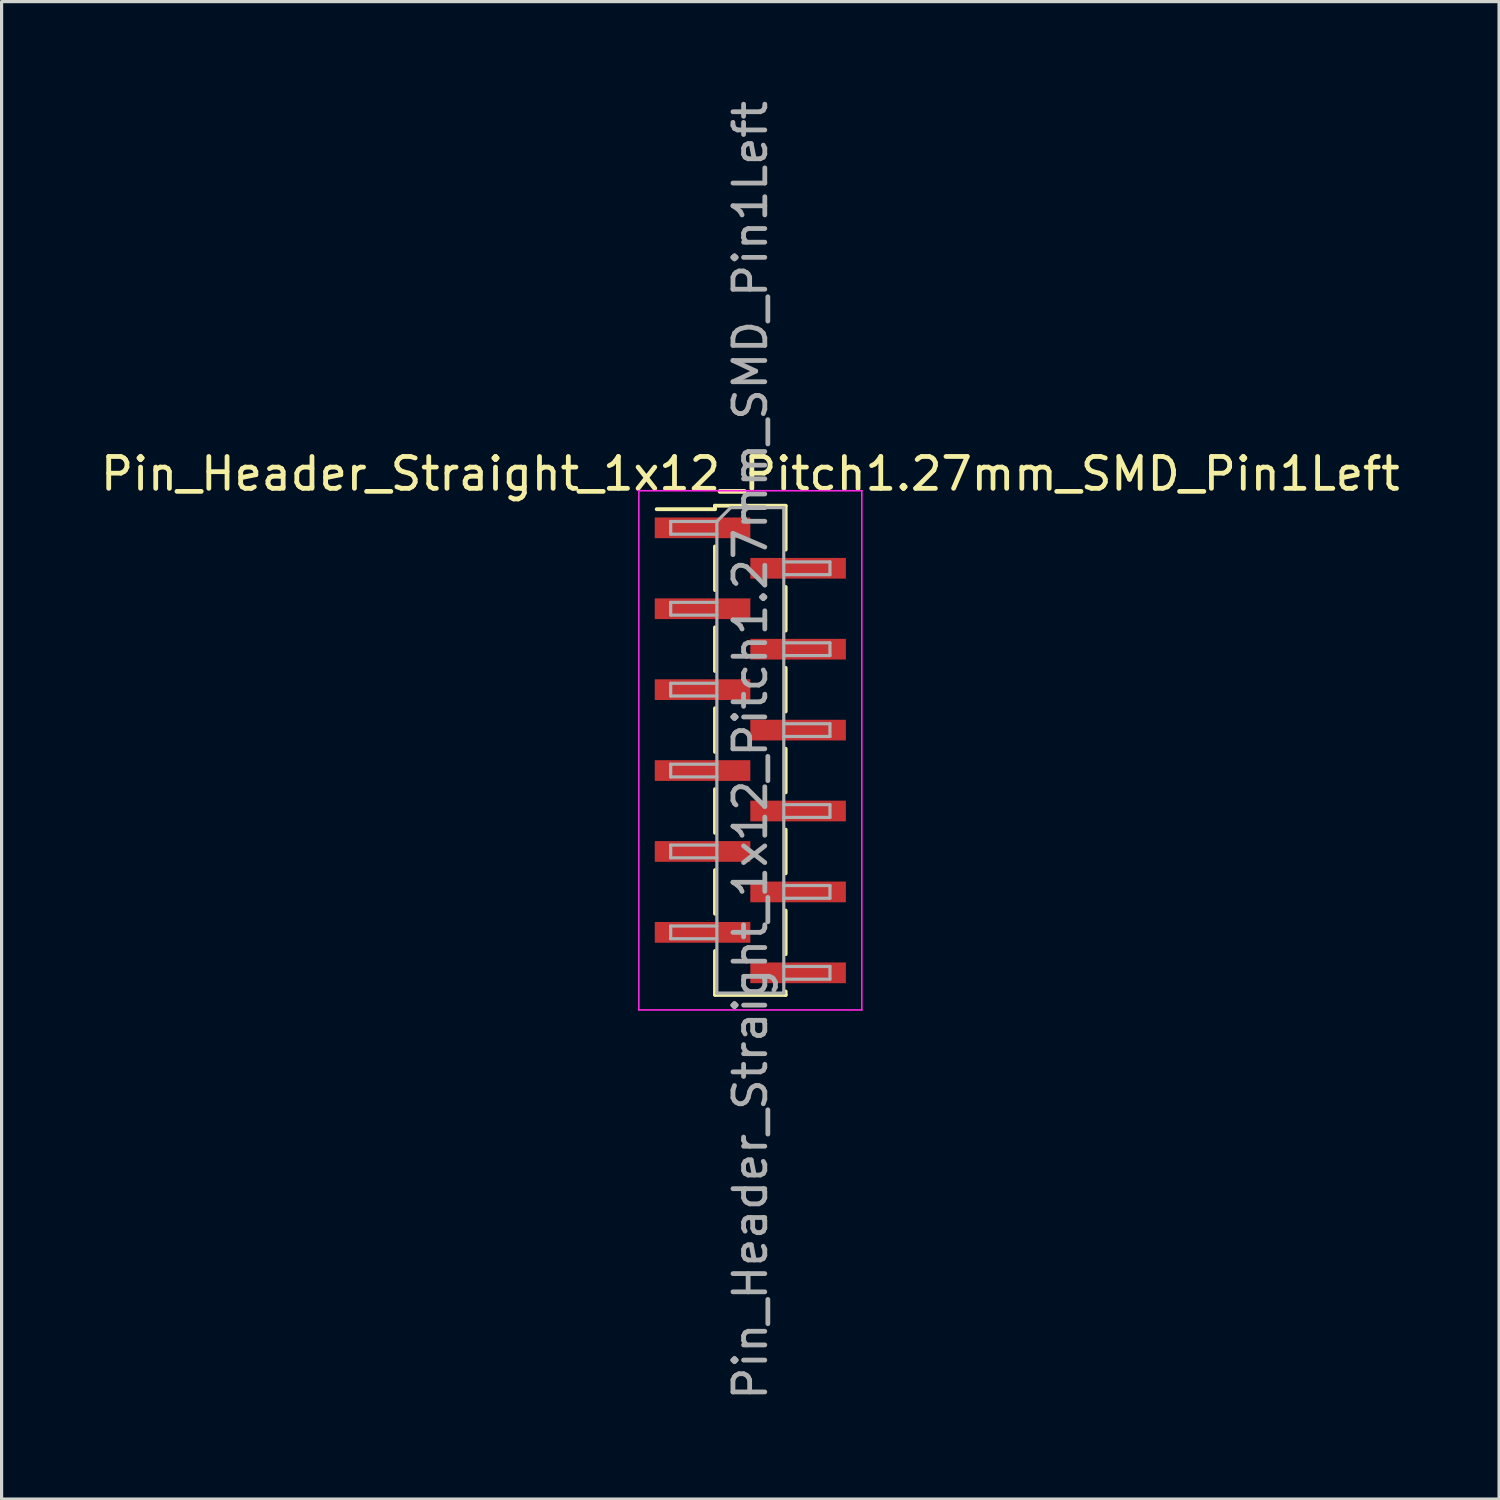
<source format=kicad_pcb>
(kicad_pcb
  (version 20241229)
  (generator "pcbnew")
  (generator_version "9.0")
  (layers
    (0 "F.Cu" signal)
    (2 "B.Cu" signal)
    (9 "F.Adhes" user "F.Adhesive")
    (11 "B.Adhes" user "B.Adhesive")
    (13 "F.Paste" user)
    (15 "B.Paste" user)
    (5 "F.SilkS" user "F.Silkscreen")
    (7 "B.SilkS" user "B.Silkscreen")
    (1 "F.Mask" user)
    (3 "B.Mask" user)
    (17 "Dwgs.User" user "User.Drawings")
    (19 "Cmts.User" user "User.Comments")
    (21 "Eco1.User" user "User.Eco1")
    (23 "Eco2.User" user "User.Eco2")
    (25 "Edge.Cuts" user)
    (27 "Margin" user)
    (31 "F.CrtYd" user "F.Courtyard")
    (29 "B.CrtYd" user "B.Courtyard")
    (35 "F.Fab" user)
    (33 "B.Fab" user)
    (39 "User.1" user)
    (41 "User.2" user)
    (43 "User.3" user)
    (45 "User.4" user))
  (footprint "Pin_Header_Straight_1x12_Pitch1.27mm_SMD_Pin1Left"
    (layer "F.Cu")
    (at 20.506 20.506)
    (property "Reference" "Pin_Header_Straight_1x12_Pitch1.27mm_SMD_Pin1Left" (at 0 -8.68 0) (layer "F.SilkS") (effects (font (size 1 1) (thickness 0.15))))
    (attr smd)
    (fp_line (start -1.11 -7.68) (end -1.11 -7.57) (stroke (width 0.12) (type solid)) (layer "F.SilkS"))
    (fp_line (start -1.11 -7.68) (end 1.11 -7.68) (stroke (width 0.12) (type solid)) (layer "F.SilkS"))
    (fp_line (start -1.11 -7.57) (end -2.94 -7.57) (stroke (width 0.12) (type solid)) (layer "F.SilkS"))
    (fp_line (start -1.11 -6.4) (end -1.11 -5.03) (stroke (width 0.12) (type solid)) (layer "F.SilkS"))
    (fp_line (start -1.11 -3.86) (end -1.11 -2.49) (stroke (width 0.12) (type solid)) (layer "F.SilkS"))
    (fp_line (start -1.11 -1.32) (end -1.11 0.05) (stroke (width 0.12) (type solid)) (layer "F.SilkS"))
    (fp_line (start -1.11 1.22) (end -1.11 2.59) (stroke (width 0.12) (type solid)) (layer "F.SilkS"))
    (fp_line (start -1.11 3.76) (end -1.11 5.13) (stroke (width 0.12) (type solid)) (layer "F.SilkS"))
    (fp_line (start -1.11 6.3) (end -1.11 7.67) (stroke (width 0.12) (type solid)) (layer "F.SilkS"))
    (fp_line (start -1.11 7.68) (end 1.11 7.68) (stroke (width 0.12) (type solid)) (layer "F.SilkS"))
    (fp_line (start 1.11 -7.67) (end 1.11 -6.3) (stroke (width 0.12) (type solid)) (layer "F.SilkS"))
    (fp_line (start 1.11 -5.13) (end 1.11 -3.76) (stroke (width 0.12) (type solid)) (layer "F.SilkS"))
    (fp_line (start 1.11 -2.59) (end 1.11 -1.22) (stroke (width 0.12) (type solid)) (layer "F.SilkS"))
    (fp_line (start 1.11 -0.05) (end 1.11 1.32) (stroke (width 0.12) (type solid)) (layer "F.SilkS"))
    (fp_line (start 1.11 2.49) (end 1.11 3.86) (stroke (width 0.12) (type solid)) (layer "F.SilkS"))
    (fp_line (start 1.11 5.03) (end 1.11 6.4) (stroke (width 0.12) (type solid)) (layer "F.SilkS"))
    (fp_line (start 1.11 7.57) (end 1.11 7.68) (stroke (width 0.12) (type solid)) (layer "F.SilkS"))
    (fp_line (start -3.5 -8.15) (end -3.5 8.15) (stroke (width 0.05) (type solid)) (layer "F.CrtYd"))
    (fp_line (start -3.5 8.15) (end 3.5 8.15) (stroke (width 0.05) (type solid)) (layer "F.CrtYd"))
    (fp_line (start 3.5 -8.15) (end -3.5 -8.15) (stroke (width 0.05) (type solid)) (layer "F.CrtYd"))
    (fp_line (start 3.5 8.15) (end 3.5 -8.15) (stroke (width 0.05) (type solid)) (layer "F.CrtYd"))
    (fp_line (start -2.5 -7.185) (end -2.5 -6.785) (stroke (width 0.1) (type solid)) (layer "F.Fab"))
    (fp_line (start -2.5 -6.785) (end -1.05 -6.785) (stroke (width 0.1) (type solid)) (layer "F.Fab"))
    (fp_line (start -2.5 -4.645) (end -2.5 -4.245) (stroke (width 0.1) (type solid)) (layer "F.Fab"))
    (fp_line (start -2.5 -4.245) (end -1.05 -4.245) (stroke (width 0.1) (type solid)) (layer "F.Fab"))
    (fp_line (start -2.5 -2.105) (end -2.5 -1.705) (stroke (width 0.1) (type solid)) (layer "F.Fab"))
    (fp_line (start -2.5 -1.705) (end -1.05 -1.705) (stroke (width 0.1) (type solid)) (layer "F.Fab"))
    (fp_line (start -2.5 0.435) (end -2.5 0.835) (stroke (width 0.1) (type solid)) (layer "F.Fab"))
    (fp_line (start -2.5 0.835) (end -1.05 0.835) (stroke (width 0.1) (type solid)) (layer "F.Fab"))
    (fp_line (start -2.5 2.975) (end -2.5 3.375) (stroke (width 0.1) (type solid)) (layer "F.Fab"))
    (fp_line (start -2.5 3.375) (end -1.05 3.375) (stroke (width 0.1) (type solid)) (layer "F.Fab"))
    (fp_line (start -2.5 5.515) (end -2.5 5.915) (stroke (width 0.1) (type solid)) (layer "F.Fab"))
    (fp_line (start -2.5 5.915) (end -1.05 5.915) (stroke (width 0.1) (type solid)) (layer "F.Fab"))
    (fp_line (start -1.05 -7.185) (end -2.5 -7.185) (stroke (width 0.1) (type solid)) (layer "F.Fab"))
    (fp_line (start -1.05 -7.185) (end -0.615 -7.62) (stroke (width 0.1) (type solid)) (layer "F.Fab"))
    (fp_line (start -1.05 -4.645) (end -2.5 -4.645) (stroke (width 0.1) (type solid)) (layer "F.Fab"))
    (fp_line (start -1.05 -2.105) (end -2.5 -2.105) (stroke (width 0.1) (type solid)) (layer "F.Fab"))
    (fp_line (start -1.05 0.435) (end -2.5 0.435) (stroke (width 0.1) (type solid)) (layer "F.Fab"))
    (fp_line (start -1.05 2.975) (end -2.5 2.975) (stroke (width 0.1) (type solid)) (layer "F.Fab"))
    (fp_line (start -1.05 5.515) (end -2.5 5.515) (stroke (width 0.1) (type solid)) (layer "F.Fab"))
    (fp_line (start -1.05 7.62) (end -1.05 -7.185) (stroke (width 0.1) (type solid)) (layer "F.Fab"))
    (fp_line (start -0.615 -7.62) (end 1.05 -7.62) (stroke (width 0.1) (type solid)) (layer "F.Fab"))
    (fp_line (start 1.05 -7.62) (end 1.05 7.62) (stroke (width 0.1) (type solid)) (layer "F.Fab"))
    (fp_line (start 1.05 -5.915) (end 2.5 -5.915) (stroke (width 0.1) (type solid)) (layer "F.Fab"))
    (fp_line (start 1.05 -3.375) (end 2.5 -3.375) (stroke (width 0.1) (type solid)) (layer "F.Fab"))
    (fp_line (start 1.05 -0.835) (end 2.5 -0.835) (stroke (width 0.1) (type solid)) (layer "F.Fab"))
    (fp_line (start 1.05 1.705) (end 2.5 1.705) (stroke (width 0.1) (type solid)) (layer "F.Fab"))
    (fp_line (start 1.05 4.245) (end 2.5 4.245) (stroke (width 0.1) (type solid)) (layer "F.Fab"))
    (fp_line (start 1.05 6.785) (end 2.5 6.785) (stroke (width 0.1) (type solid)) (layer "F.Fab"))
    (fp_line (start 1.05 7.62) (end -1.05 7.62) (stroke (width 0.1) (type solid)) (layer "F.Fab"))
    (fp_line (start 2.5 -5.915) (end 2.5 -5.515) (stroke (width 0.1) (type solid)) (layer "F.Fab"))
    (fp_line (start 2.5 -5.515) (end 1.05 -5.515) (stroke (width 0.1) (type solid)) (layer "F.Fab"))
    (fp_line (start 2.5 -3.375) (end 2.5 -2.975) (stroke (width 0.1) (type solid)) (layer "F.Fab"))
    (fp_line (start 2.5 -2.975) (end 1.05 -2.975) (stroke (width 0.1) (type solid)) (layer "F.Fab"))
    (fp_line (start 2.5 -0.835) (end 2.5 -0.435) (stroke (width 0.1) (type solid)) (layer "F.Fab"))
    (fp_line (start 2.5 -0.435) (end 1.05 -0.435) (stroke (width 0.1) (type solid)) (layer "F.Fab"))
    (fp_line (start 2.5 1.705) (end 2.5 2.105) (stroke (width 0.1) (type solid)) (layer "F.Fab"))
    (fp_line (start 2.5 2.105) (end 1.05 2.105) (stroke (width 0.1) (type solid)) (layer "F.Fab"))
    (fp_line (start 2.5 4.245) (end 2.5 4.645) (stroke (width 0.1) (type solid)) (layer "F.Fab"))
    (fp_line (start 2.5 4.645) (end 1.05 4.645) (stroke (width 0.1) (type solid)) (layer "F.Fab"))
    (fp_line (start 2.5 6.785) (end 2.5 7.185) (stroke (width 0.1) (type solid)) (layer "F.Fab"))
    (fp_line (start 2.5 7.185) (end 1.05 7.185) (stroke (width 0.1) (type solid)) (layer "F.Fab"))
    (fp_text user "${REFERENCE}" (at 0 0 90) (layer "F.Fab") (effects (font (size 1 1) (thickness 0.15))))
    (pad "1" smd rect (at -1.5 -6.985) (size 3 0.65) (layers "F.Cu" "F.Mask" "F.Paste"))
    (pad "2" smd rect (at 1.5 -5.715) (size 3 0.65) (layers "F.Cu" "F.Mask" "F.Paste"))
    (pad "3" smd rect (at -1.5 -4.445) (size 3 0.65) (layers "F.Cu" "F.Mask" "F.Paste"))
    (pad "4" smd rect (at 1.5 -3.175) (size 3 0.65) (layers "F.Cu" "F.Mask" "F.Paste"))
    (pad "5" smd rect (at -1.5 -1.905) (size 3 0.65) (layers "F.Cu" "F.Mask" "F.Paste"))
    (pad "6" smd rect (at 1.5 -0.635) (size 3 0.65) (layers "F.Cu" "F.Mask" "F.Paste"))
    (pad "7" smd rect (at -1.5 0.635) (size 3 0.65) (layers "F.Cu" "F.Mask" "F.Paste"))
    (pad "8" smd rect (at 1.5 1.905) (size 3 0.65) (layers "F.Cu" "F.Mask" "F.Paste"))
    (pad "9" smd rect (at -1.5 3.175) (size 3 0.65) (layers "F.Cu" "F.Mask" "F.Paste"))
    (pad "10" smd rect (at 1.5 4.445) (size 3 0.65) (layers "F.Cu" "F.Mask" "F.Paste"))
    (pad "11" smd rect (at -1.5 5.715) (size 3 0.65) (layers "F.Cu" "F.Mask" "F.Paste"))
    (pad "12" smd rect (at 1.5 6.985) (size 3 0.65) (layers "F.Cu" "F.Mask" "F.Paste")))
  (gr_rect
    (start -3 -3)
    (end 44.012 44.012)
    (stroke (width 0.1) (type default))
    (fill no)
    (layer "Edge.Cuts")))
</source>
